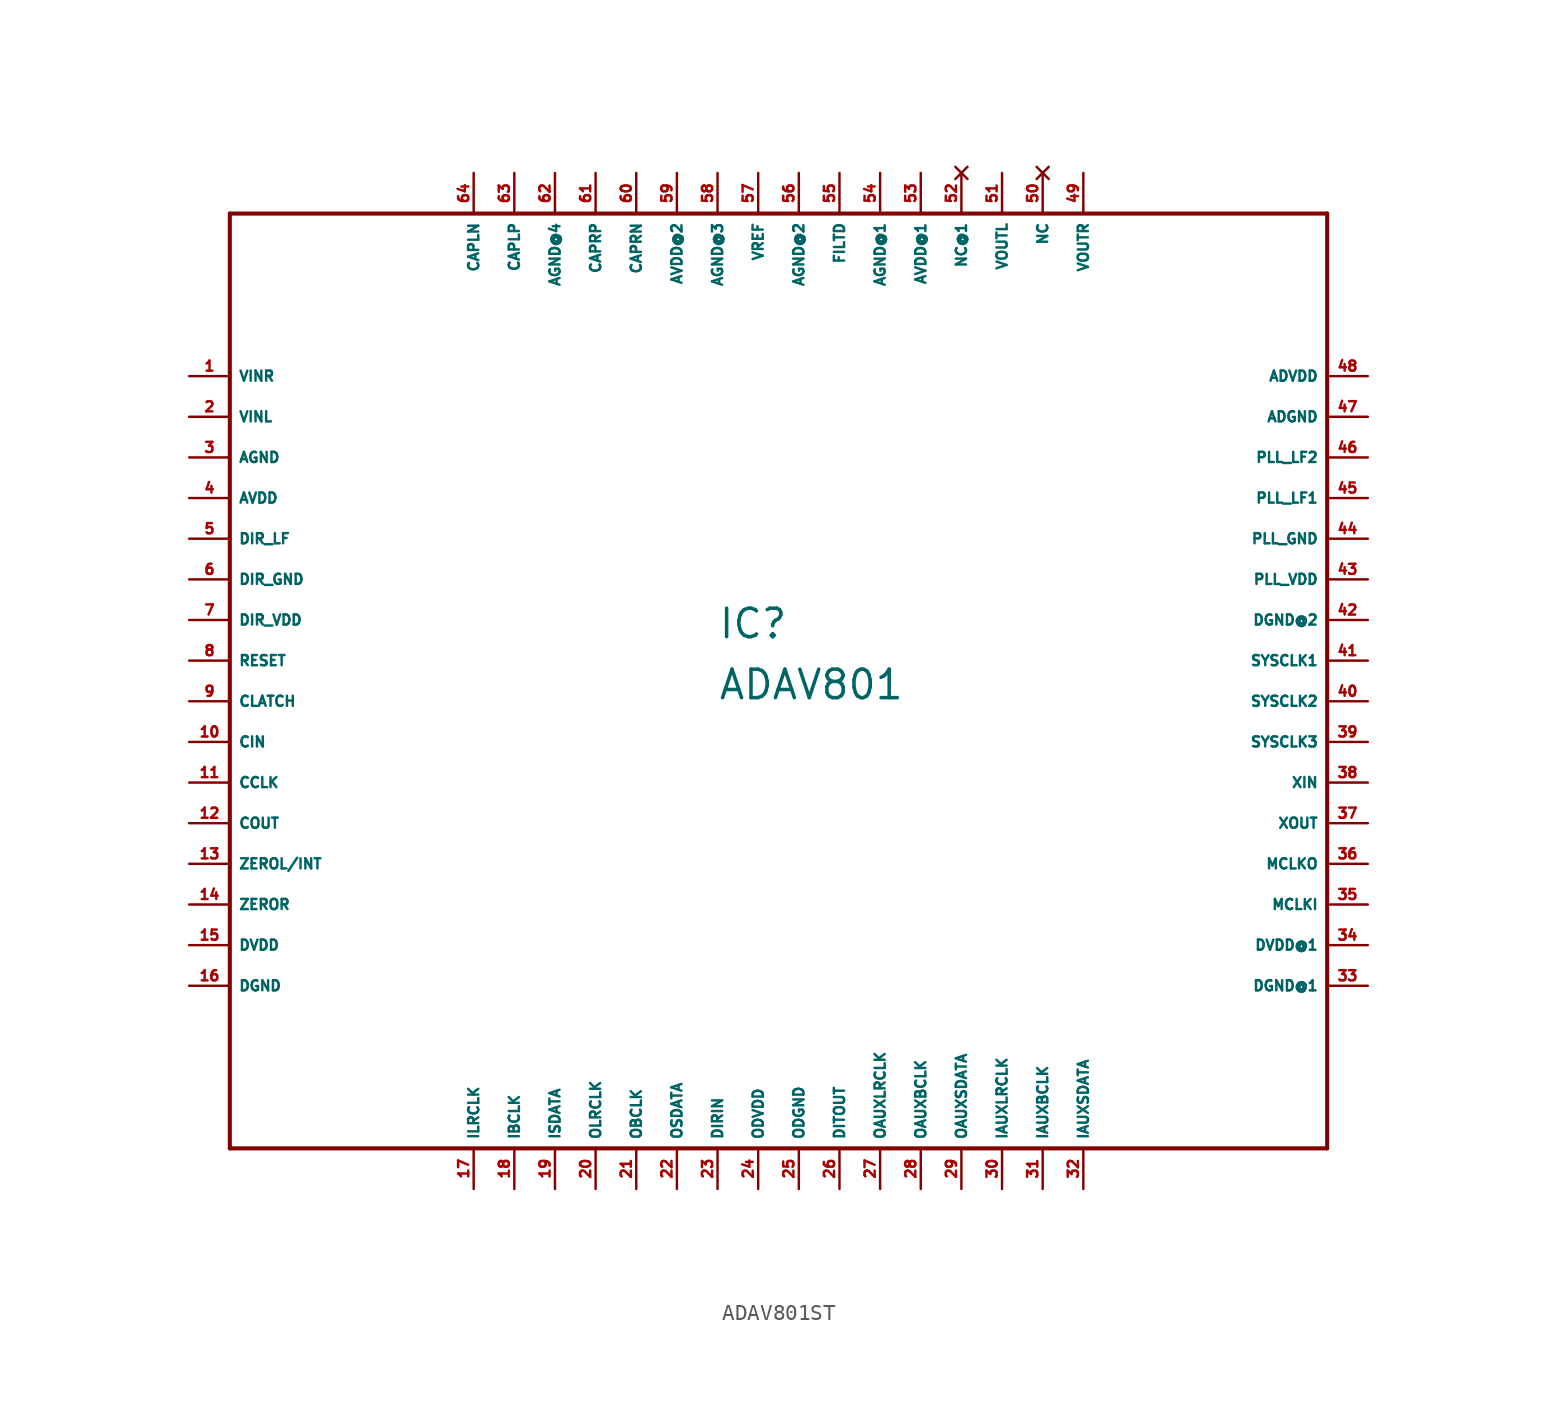
<source format=kicad_sym>
(kicad_symbol_lib
  (version 20220914)
  (generator Eagle2Kicad)
  (symbol "ADAV801ST"
    (property "Reference" "IC"
      (at -5.08 1.27 0)
      (effects (font (size 1.778 1.778) (thickness 0.22)) (justify left bottom)))
    (property "Value" "ADAV801"
      (at -5.08 -2.54 0)
      (effects (font (size 1.778 1.778) (thickness 0.22)) (justify left bottom)))
    (polyline
      (pts (xy -35.56 -30.48) (xy 33.02 -30.48))
      (stroke (width 0.254) (type default))
      (fill (type none)))
    (polyline
      (pts (xy 33.02 -30.48) (xy 33.02 27.94))
      (stroke (width 0.254) (type default))
      (fill (type none)))
    (polyline
      (pts (xy 33.02 27.94) (xy -35.56 27.94))
      (stroke (width 0.254) (type default))
      (fill (type none)))
    (polyline
      (pts (xy -35.56 27.94) (xy -35.56 -30.48))
      (stroke (width 0.254) (type default))
      (fill (type none)))
    (pin input line
      (at -38.1 17.78 0)
      (length 2.54)
      (name "VINR" (effects (font (size 0.635 0.635) (thickness 0.08)) (justify left bottom)))
      (number "1" (effects (font (size 0.635 0.635) (thickness 0.08)) (justify left bottom))))
    (pin input line
      (at -38.1 15.24 0)
      (length 2.54)
      (name "VINL" (effects (font (size 0.635 0.635) (thickness 0.08)) (justify left bottom)))
      (number "2" (effects (font (size 0.635 0.635) (thickness 0.08)) (justify left bottom))))
    (pin unspecified line
      (at -38.1 12.7 0)
      (length 2.54)
      (name "AGND" (effects (font (size 0.635 0.635) (thickness 0.08)) (justify left bottom)))
      (number "3" (effects (font (size 0.635 0.635) (thickness 0.08)) (justify left bottom))))
    (pin unspecified line
      (at -38.1 10.16 0)
      (length 2.54)
      (name "AVDD" (effects (font (size 0.635 0.635) (thickness 0.08)) (justify left bottom)))
      (number "4" (effects (font (size 0.635 0.635) (thickness 0.08)) (justify left bottom))))
    (pin input line
      (at -38.1 7.62 0)
      (length 2.54)
      (name "DIR_LF" (effects (font (size 0.635 0.635) (thickness 0.08)) (justify left bottom)))
      (number "5" (effects (font (size 0.635 0.635) (thickness 0.08)) (justify left bottom))))
    (pin input line
      (at -38.1 5.08 0)
      (length 2.54)
      (name "DIR_GND" (effects (font (size 0.635 0.635) (thickness 0.08)) (justify left bottom)))
      (number "6" (effects (font (size 0.635 0.635) (thickness 0.08)) (justify left bottom))))
    (pin input line
      (at -38.1 2.54 0)
      (length 2.54)
      (name "DIR_VDD" (effects (font (size 0.635 0.635) (thickness 0.08)) (justify left bottom)))
      (number "7" (effects (font (size 0.635 0.635) (thickness 0.08)) (justify left bottom))))
    (pin input line
      (at -38.1 0 0)
      (length 2.54)
      (name "RESET" (effects (font (size 0.635 0.635) (thickness 0.08)) (justify left bottom)))
      (number "8" (effects (font (size 0.635 0.635) (thickness 0.08)) (justify left bottom))))
    (pin input line
      (at -38.1 -2.54 0)
      (length 2.54)
      (name "CLATCH" (effects (font (size 0.635 0.635) (thickness 0.08)) (justify left bottom)))
      (number "9" (effects (font (size 0.635 0.635) (thickness 0.08)) (justify left bottom))))
    (pin input line
      (at -38.1 -5.08 0)
      (length 2.54)
      (name "CIN" (effects (font (size 0.635 0.635) (thickness 0.08)) (justify left bottom)))
      (number "10" (effects (font (size 0.635 0.635) (thickness 0.08)) (justify left bottom))))
    (pin input line
      (at -38.1 -7.62 0)
      (length 2.54)
      (name "CCLK" (effects (font (size 0.635 0.635) (thickness 0.08)) (justify left bottom)))
      (number "11" (effects (font (size 0.635 0.635) (thickness 0.08)) (justify left bottom))))
    (pin output line
      (at -38.1 -10.16 0)
      (length 2.54)
      (name "COUT" (effects (font (size 0.635 0.635) (thickness 0.08)) (justify left bottom)))
      (number "12" (effects (font (size 0.635 0.635) (thickness 0.08)) (justify left bottom))))
    (pin output line
      (at -38.1 -12.7 0)
      (length 2.54)
      (name "ZEROL/INT" (effects (font (size 0.635 0.635) (thickness 0.08)) (justify left bottom)))
      (number "13" (effects (font (size 0.635 0.635) (thickness 0.08)) (justify left bottom))))
    (pin output line
      (at -38.1 -15.24 0)
      (length 2.54)
      (name "ZEROR" (effects (font (size 0.635 0.635) (thickness 0.08)) (justify left bottom)))
      (number "14" (effects (font (size 0.635 0.635) (thickness 0.08)) (justify left bottom))))
    (pin unspecified line
      (at -38.1 -17.78 0)
      (length 2.54)
      (name "DVDD" (effects (font (size 0.635 0.635) (thickness 0.08)) (justify left bottom)))
      (number "15" (effects (font (size 0.635 0.635) (thickness 0.08)) (justify left bottom))))
    (pin unspecified line
      (at -38.1 -20.32 0)
      (length 2.54)
      (name "DGND" (effects (font (size 0.635 0.635) (thickness 0.08)) (justify left bottom)))
      (number "16" (effects (font (size 0.635 0.635) (thickness 0.08)) (justify left bottom))))
    (pin bidirectional line
      (at -20.32 -33.02 90)
      (length 2.54)
      (name "ILRCLK" (effects (font (size 0.635 0.635) (thickness 0.08)) (justify left bottom)))
      (number "17" (effects (font (size 0.635 0.635) (thickness 0.08)) (justify left bottom))))
    (pin bidirectional line
      (at -17.78 -33.02 90)
      (length 2.54)
      (name "IBCLK" (effects (font (size 0.635 0.635) (thickness 0.08)) (justify left bottom)))
      (number "18" (effects (font (size 0.635 0.635) (thickness 0.08)) (justify left bottom))))
    (pin input line
      (at -15.24 -33.02 90)
      (length 2.54)
      (name "ISDATA" (effects (font (size 0.635 0.635) (thickness 0.08)) (justify left bottom)))
      (number "19" (effects (font (size 0.635 0.635) (thickness 0.08)) (justify left bottom))))
    (pin bidirectional line
      (at -12.7 -33.02 90)
      (length 2.54)
      (name "OLRCLK" (effects (font (size 0.635 0.635) (thickness 0.08)) (justify left bottom)))
      (number "20" (effects (font (size 0.635 0.635) (thickness 0.08)) (justify left bottom))))
    (pin bidirectional line
      (at -10.16 -33.02 90)
      (length 2.54)
      (name "OBCLK" (effects (font (size 0.635 0.635) (thickness 0.08)) (justify left bottom)))
      (number "21" (effects (font (size 0.635 0.635) (thickness 0.08)) (justify left bottom))))
    (pin output line
      (at -7.62 -33.02 90)
      (length 2.54)
      (name "OSDATA" (effects (font (size 0.635 0.635) (thickness 0.08)) (justify left bottom)))
      (number "22" (effects (font (size 0.635 0.635) (thickness 0.08)) (justify left bottom))))
    (pin input line
      (at -5.08 -33.02 90)
      (length 2.54)
      (name "DIRIN" (effects (font (size 0.635 0.635) (thickness 0.08)) (justify left bottom)))
      (number "23" (effects (font (size 0.635 0.635) (thickness 0.08)) (justify left bottom))))
    (pin input line
      (at -2.54 -33.02 90)
      (length 2.54)
      (name "ODVDD" (effects (font (size 0.635 0.635) (thickness 0.08)) (justify left bottom)))
      (number "24" (effects (font (size 0.635 0.635) (thickness 0.08)) (justify left bottom))))
    (pin input line
      (at 0 -33.02 90)
      (length 2.54)
      (name "ODGND" (effects (font (size 0.635 0.635) (thickness 0.08)) (justify left bottom)))
      (number "25" (effects (font (size 0.635 0.635) (thickness 0.08)) (justify left bottom))))
    (pin output line
      (at 2.54 -33.02 90)
      (length 2.54)
      (name "DITOUT" (effects (font (size 0.635 0.635) (thickness 0.08)) (justify left bottom)))
      (number "26" (effects (font (size 0.635 0.635) (thickness 0.08)) (justify left bottom))))
    (pin bidirectional line
      (at 5.08 -33.02 90)
      (length 2.54)
      (name "OAUXLRCLK" (effects (font (size 0.635 0.635) (thickness 0.08)) (justify left bottom)))
      (number "27" (effects (font (size 0.635 0.635) (thickness 0.08)) (justify left bottom))))
    (pin bidirectional line
      (at 7.62 -33.02 90)
      (length 2.54)
      (name "OAUXBCLK" (effects (font (size 0.635 0.635) (thickness 0.08)) (justify left bottom)))
      (number "28" (effects (font (size 0.635 0.635) (thickness 0.08)) (justify left bottom))))
    (pin output line
      (at 10.16 -33.02 90)
      (length 2.54)
      (name "OAUXSDATA" (effects (font (size 0.635 0.635) (thickness 0.08)) (justify left bottom)))
      (number "29" (effects (font (size 0.635 0.635) (thickness 0.08)) (justify left bottom))))
    (pin bidirectional line
      (at 12.7 -33.02 90)
      (length 2.54)
      (name "IAUXLRCLK" (effects (font (size 0.635 0.635) (thickness 0.08)) (justify left bottom)))
      (number "30" (effects (font (size 0.635 0.635) (thickness 0.08)) (justify left bottom))))
    (pin bidirectional line
      (at 15.24 -33.02 90)
      (length 2.54)
      (name "IAUXBCLK" (effects (font (size 0.635 0.635) (thickness 0.08)) (justify left bottom)))
      (number "31" (effects (font (size 0.635 0.635) (thickness 0.08)) (justify left bottom))))
    (pin input line
      (at 17.78 -33.02 90)
      (length 2.54)
      (name "IAUXSDATA" (effects (font (size 0.635 0.635) (thickness 0.08)) (justify left bottom)))
      (number "32" (effects (font (size 0.635 0.635) (thickness 0.08)) (justify left bottom))))
    (pin unspecified line
      (at 35.56 -20.32 180)
      (length 2.54)
      (name "DGND@1" (effects (font (size 0.635 0.635) (thickness 0.08)) (justify left bottom)))
      (number "33" (effects (font (size 0.635 0.635) (thickness 0.08)) (justify left bottom))))
    (pin unspecified line
      (at 35.56 -17.78 180)
      (length 2.54)
      (name "DVDD@1" (effects (font (size 0.635 0.635) (thickness 0.08)) (justify left bottom)))
      (number "34" (effects (font (size 0.635 0.635) (thickness 0.08)) (justify left bottom))))
    (pin input line
      (at 35.56 -15.24 180)
      (length 2.54)
      (name "MCLKI" (effects (font (size 0.635 0.635) (thickness 0.08)) (justify left bottom)))
      (number "35" (effects (font (size 0.635 0.635) (thickness 0.08)) (justify left bottom))))
    (pin output line
      (at 35.56 -12.7 180)
      (length 2.54)
      (name "MCLKO" (effects (font (size 0.635 0.635) (thickness 0.08)) (justify left bottom)))
      (number "36" (effects (font (size 0.635 0.635) (thickness 0.08)) (justify left bottom))))
    (pin input line
      (at 35.56 -10.16 180)
      (length 2.54)
      (name "XOUT" (effects (font (size 0.635 0.635) (thickness 0.08)) (justify left bottom)))
      (number "37" (effects (font (size 0.635 0.635) (thickness 0.08)) (justify left bottom))))
    (pin input line
      (at 35.56 -7.62 180)
      (length 2.54)
      (name "XIN" (effects (font (size 0.635 0.635) (thickness 0.08)) (justify left bottom)))
      (number "38" (effects (font (size 0.635 0.635) (thickness 0.08)) (justify left bottom))))
    (pin output line
      (at 35.56 -5.08 180)
      (length 2.54)
      (name "SYSCLK3" (effects (font (size 0.635 0.635) (thickness 0.08)) (justify left bottom)))
      (number "39" (effects (font (size 0.635 0.635) (thickness 0.08)) (justify left bottom))))
    (pin output line
      (at 35.56 -2.54 180)
      (length 2.54)
      (name "SYSCLK2" (effects (font (size 0.635 0.635) (thickness 0.08)) (justify left bottom)))
      (number "40" (effects (font (size 0.635 0.635) (thickness 0.08)) (justify left bottom))))
    (pin output line
      (at 35.56 0 180)
      (length 2.54)
      (name "SYSCLK1" (effects (font (size 0.635 0.635) (thickness 0.08)) (justify left bottom)))
      (number "41" (effects (font (size 0.635 0.635) (thickness 0.08)) (justify left bottom))))
    (pin unspecified line
      (at 35.56 2.54 180)
      (length 2.54)
      (name "DGND@2" (effects (font (size 0.635 0.635) (thickness 0.08)) (justify left bottom)))
      (number "42" (effects (font (size 0.635 0.635) (thickness 0.08)) (justify left bottom))))
    (pin input line
      (at 35.56 5.08 180)
      (length 2.54)
      (name "PLL_VDD" (effects (font (size 0.635 0.635) (thickness 0.08)) (justify left bottom)))
      (number "43" (effects (font (size 0.635 0.635) (thickness 0.08)) (justify left bottom))))
    (pin input line
      (at 35.56 7.62 180)
      (length 2.54)
      (name "PLL_GND" (effects (font (size 0.635 0.635) (thickness 0.08)) (justify left bottom)))
      (number "44" (effects (font (size 0.635 0.635) (thickness 0.08)) (justify left bottom))))
    (pin input line
      (at 35.56 10.16 180)
      (length 2.54)
      (name "PLL_LF1" (effects (font (size 0.635 0.635) (thickness 0.08)) (justify left bottom)))
      (number "45" (effects (font (size 0.635 0.635) (thickness 0.08)) (justify left bottom))))
    (pin input line
      (at 35.56 12.7 180)
      (length 2.54)
      (name "PLL_LF2" (effects (font (size 0.635 0.635) (thickness 0.08)) (justify left bottom)))
      (number "46" (effects (font (size 0.635 0.635) (thickness 0.08)) (justify left bottom))))
    (pin unspecified line
      (at 35.56 15.24 180)
      (length 2.54)
      (name "ADGND" (effects (font (size 0.635 0.635) (thickness 0.08)) (justify left bottom)))
      (number "47" (effects (font (size 0.635 0.635) (thickness 0.08)) (justify left bottom))))
    (pin unspecified line
      (at 35.56 17.78 180)
      (length 2.54)
      (name "ADVDD" (effects (font (size 0.635 0.635) (thickness 0.08)) (justify left bottom)))
      (number "48" (effects (font (size 0.635 0.635) (thickness 0.08)) (justify left bottom))))
    (pin output line
      (at 17.78 30.48 270)
      (length 2.54)
      (name "VOUTR" (effects (font (size 0.635 0.635) (thickness 0.08)) (justify left bottom)))
      (number "49" (effects (font (size 0.635 0.635) (thickness 0.08)) (justify left bottom))))
    (pin no_connect line
      (at 15.24 30.48 270)
      (length 2.54)
      (name "NC" (effects (font (size 0.635 0.635) (thickness 0.08)) (justify left bottom) hide))
      (number "50" (effects (font (size 0.635 0.635) (thickness 0.08)) (justify left bottom) hide)))
    (pin output line
      (at 12.7 30.48 270)
      (length 2.54)
      (name "VOUTL" (effects (font (size 0.635 0.635) (thickness 0.08)) (justify left bottom)))
      (number "51" (effects (font (size 0.635 0.635) (thickness 0.08)) (justify left bottom))))
    (pin no_connect line
      (at 10.16 30.48 270)
      (length 2.54)
      (name "NC@1" (effects (font (size 0.635 0.635) (thickness 0.08)) (justify left bottom) hide))
      (number "52" (effects (font (size 0.635 0.635) (thickness 0.08)) (justify left bottom) hide)))
    (pin unspecified line
      (at 7.62 30.48 270)
      (length 2.54)
      (name "AVDD@1" (effects (font (size 0.635 0.635) (thickness 0.08)) (justify left bottom)))
      (number "53" (effects (font (size 0.635 0.635) (thickness 0.08)) (justify left bottom))))
    (pin unspecified line
      (at 5.08 30.48 270)
      (length 2.54)
      (name "AGND@1" (effects (font (size 0.635 0.635) (thickness 0.08)) (justify left bottom)))
      (number "54" (effects (font (size 0.635 0.635) (thickness 0.08)) (justify left bottom))))
    (pin input line
      (at 2.54 30.48 270)
      (length 2.54)
      (name "FILTD" (effects (font (size 0.635 0.635) (thickness 0.08)) (justify left bottom)))
      (number "55" (effects (font (size 0.635 0.635) (thickness 0.08)) (justify left bottom))))
    (pin unspecified line
      (at 0 30.48 270)
      (length 2.54)
      (name "AGND@2" (effects (font (size 0.635 0.635) (thickness 0.08)) (justify left bottom)))
      (number "56" (effects (font (size 0.635 0.635) (thickness 0.08)) (justify left bottom))))
    (pin input line
      (at -2.54 30.48 270)
      (length 2.54)
      (name "VREF" (effects (font (size 0.635 0.635) (thickness 0.08)) (justify left bottom)))
      (number "57" (effects (font (size 0.635 0.635) (thickness 0.08)) (justify left bottom))))
    (pin unspecified line
      (at -5.08 30.48 270)
      (length 2.54)
      (name "AGND@3" (effects (font (size 0.635 0.635) (thickness 0.08)) (justify left bottom)))
      (number "58" (effects (font (size 0.635 0.635) (thickness 0.08)) (justify left bottom))))
    (pin unspecified line
      (at -7.62 30.48 270)
      (length 2.54)
      (name "AVDD@2" (effects (font (size 0.635 0.635) (thickness 0.08)) (justify left bottom)))
      (number "59" (effects (font (size 0.635 0.635) (thickness 0.08)) (justify left bottom))))
    (pin input line
      (at -10.16 30.48 270)
      (length 2.54)
      (name "CAPRN" (effects (font (size 0.635 0.635) (thickness 0.08)) (justify left bottom)))
      (number "60" (effects (font (size 0.635 0.635) (thickness 0.08)) (justify left bottom))))
    (pin input line
      (at -12.7 30.48 270)
      (length 2.54)
      (name "CAPRP" (effects (font (size 0.635 0.635) (thickness 0.08)) (justify left bottom)))
      (number "61" (effects (font (size 0.635 0.635) (thickness 0.08)) (justify left bottom))))
    (pin unspecified line
      (at -15.24 30.48 270)
      (length 2.54)
      (name "AGND@4" (effects (font (size 0.635 0.635) (thickness 0.08)) (justify left bottom)))
      (number "62" (effects (font (size 0.635 0.635) (thickness 0.08)) (justify left bottom))))
    (pin input line
      (at -17.78 30.48 270)
      (length 2.54)
      (name "CAPLP" (effects (font (size 0.635 0.635) (thickness 0.08)) (justify left bottom)))
      (number "63" (effects (font (size 0.635 0.635) (thickness 0.08)) (justify left bottom))))
    (pin input line
      (at -20.32 30.48 270)
      (length 2.54)
      (name "CAPLN" (effects (font (size 0.635 0.635) (thickness 0.08)) (justify left bottom)))
      (number "64" (effects (font (size 0.635 0.635) (thickness 0.08)) (justify left bottom))))))
</source>
